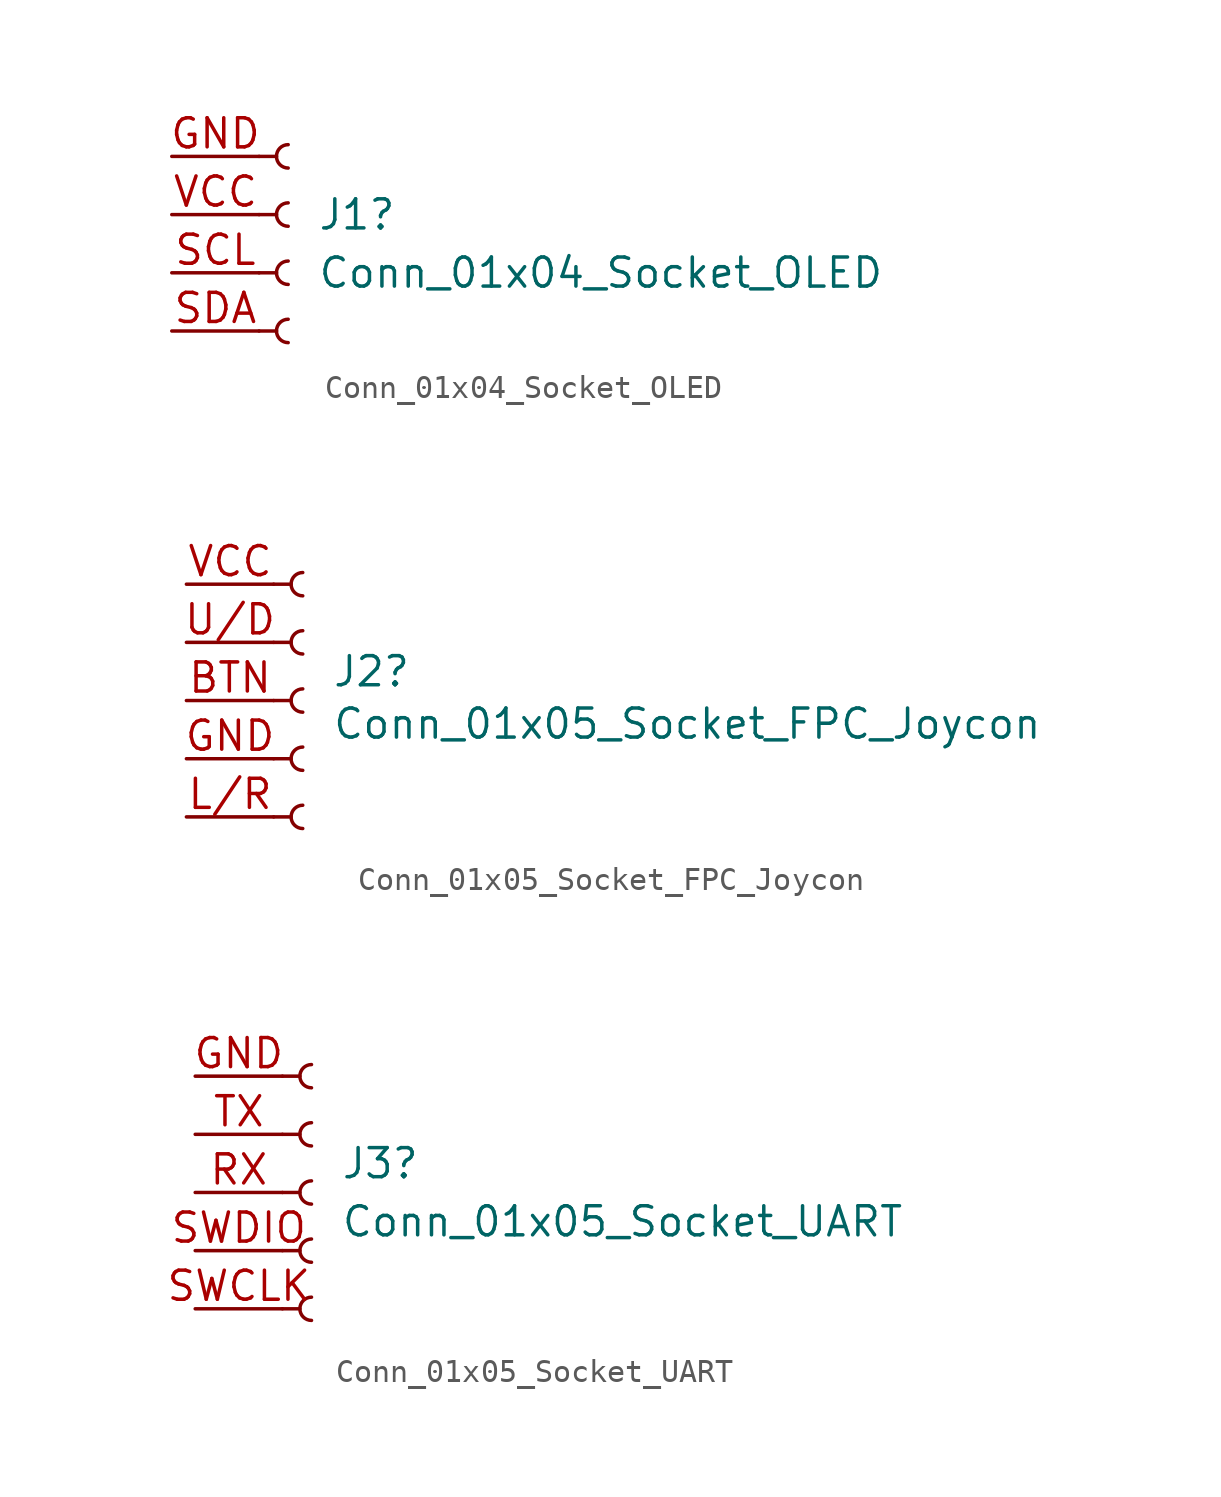
<source format=kicad_sym>
(kicad_symbol_lib
  (version 20241209)
  (generator "kicad_symbol_editor")
  (generator_version "9.0")
  (symbol "Conn_01x04_Socket_OLED"
    (pin_names
      (offset 1.016)
      (hide yes))
    (property "Reference" "J1"
      (at 1.27 0.0001 0)
      (effects (font (size 1.27 1.27)) (justify left)))
    (property "Value" "Conn_01x04_Socket_OLED"
      (at 1.27 -2.54 0)
      (effects (font (size 1.27 1.27)) (justify left)))
    (property "ki_locked" ""
      (at 0 0 0)
      (effects (font (size 1.27 1.27))))
    (symbol "Conn_01x04_Socket_OLED_1_1"
      (polyline (pts (xy -1.27 2.54) (xy -0.508 2.54)) (stroke (width 0.152) (type default)) (fill (type none)))
      (polyline (pts (xy -1.27 0) (xy -0.508 0)) (stroke (width 0.152) (type default)) (fill (type none)))
      (polyline (pts (xy -1.27 -2.54) (xy -0.508 -2.54)) (stroke (width 0.152) (type default)) (fill (type none)))
      (polyline (pts (xy -1.27 -5.08) (xy -0.508 -5.08)) (stroke (width 0.152) (type default)) (fill (type none)))
      (arc (start 0 2.032) (mid -0.5058 2.54) (end 0 3.048) (stroke (width 0.1524) (type default)) (fill (type none)))
      (arc (start 0 -0.508) (mid -0.5058 0) (end 0 0.508) (stroke (width 0.1524) (type default)) (fill (type none)))
      (arc (start 0 -3.048) (mid -0.5058 -2.54) (end 0 -2.032) (stroke (width 0.1524) (type default)) (fill (type none)))
      (arc (start 0 -5.588) (mid -0.5058 -5.08) (end 0 -4.572) (stroke (width 0.1524) (type default)) (fill (type none)))
      (pin passive line (at -5.08 2.54 0) (length 3.81) (name "GND" (effects (font (size 1.27 1.27)))) (number "GND" (effects (font (size 1.27 1.27)))))
      (pin passive line (at -5.08 0 0) (length 3.81) (name "VCC" (effects (font (size 1.27 1.27)))) (number "VCC" (effects (font (size 1.27 1.27)))))
      (pin passive line (at -5.08 -2.54 0) (length 3.81) (name "SCL" (effects (font (size 1.27 1.27)))) (number "SCL" (effects (font (size 1.27 1.27)))))
      (pin passive line (at -5.08 -5.08 0) (length 3.81) (name "SDA" (effects (font (size 1.27 1.27)))) (number "SDA" (effects (font (size 1.27 1.27)))))))
  (symbol "Conn_01x05_Socket_FPC_Joycon"
    (pin_names
      (offset 1.016)
      (hide yes))
    (property "Reference" "J2"
      (at 1.27 1.27 0)
      (effects (font (size 1.27 1.27)) (justify left)))
    (property "Value" "Conn_01x05_Socket_FPC_Joycon"
      (at 1.27 -1.016 0)
      (effects (font (size 1.27 1.27)) (justify left)))
    (property "ki_locked" ""
      (at 0 0 0)
      (effects (font (size 1.27 1.27))))
    (symbol "Conn_01x05_Socket_FPC_Joycon_1_1"
      (polyline (pts (xy -1.27 5.08) (xy -0.508 5.08)) (stroke (width 0.152) (type default)) (fill (type none)))
      (polyline (pts (xy -1.27 2.54) (xy -0.508 2.54)) (stroke (width 0.152) (type default)) (fill (type none)))
      (polyline (pts (xy -1.27 0) (xy -0.508 0)) (stroke (width 0.152) (type default)) (fill (type none)))
      (polyline (pts (xy -1.27 -2.54) (xy -0.508 -2.54)) (stroke (width 0.152) (type default)) (fill (type none)))
      (polyline (pts (xy -1.27 -5.08) (xy -0.508 -5.08)) (stroke (width 0.152) (type default)) (fill (type none)))
      (arc (start 0 4.572) (mid -0.5058 5.08) (end 0 5.588) (stroke (width 0.1524) (type default)) (fill (type none)))
      (arc (start 0 2.032) (mid -0.5058 2.54) (end 0 3.048) (stroke (width 0.1524) (type default)) (fill (type none)))
      (arc (start 0 -0.508) (mid -0.5058 0) (end 0 0.508) (stroke (width 0.1524) (type default)) (fill (type none)))
      (arc (start 0 -3.048) (mid -0.5058 -2.54) (end 0 -2.032) (stroke (width 0.1524) (type default)) (fill (type none)))
      (arc (start 0 -5.588) (mid -0.5058 -5.08) (end 0 -4.572) (stroke (width 0.1524) (type default)) (fill (type none)))
      (pin passive line (at -5.08 5.08 0) (length 3.81) (name "VCC" (effects (font (size 1.27 1.27)))) (number "VCC" (effects (font (size 1.27 1.27)))))
      (pin passive line (at -5.08 2.54 0) (length 3.81) (name "U/D" (effects (font (size 1.27 1.27)))) (number "U/D" (effects (font (size 1.27 1.27)))))
      (pin passive line (at -5.08 0 0) (length 3.81) (name "BTN" (effects (font (size 1.27 1.27)))) (number "BTN" (effects (font (size 1.27 1.27)))))
      (pin passive line (at -5.08 -2.54 0) (length 3.81) (name "GND" (effects (font (size 1.27 1.27)))) (number "GND" (effects (font (size 1.27 1.27)))))
      (pin passive line (at -5.08 -5.08 0) (length 3.81) (name "L/R" (effects (font (size 1.27 1.27)))) (number "L/R" (effects (font (size 1.27 1.27)))))))
  (symbol "Conn_01x05_Socket_UART"
    (pin_names
      (offset 1.016)
      (hide yes))
    (property "Reference" "J3"
      (at 1.27 1.27 0)
      (effects (font (size 1.27 1.27)) (justify left)))
    (property "Value" "Conn_01x05_Socket_UART"
      (at 1.27 -1.27 0)
      (effects (font (size 1.27 1.27)) (justify left)))
    (property "ki_locked" ""
      (at 0 0 0)
      (effects (font (size 1.27 1.27))))
    (symbol "Conn_01x05_Socket_UART_1_1"
      (polyline (pts (xy -1.27 5.08) (xy -0.508 5.08)) (stroke (width 0.152) (type default)) (fill (type none)))
      (polyline (pts (xy -1.27 2.54) (xy -0.508 2.54)) (stroke (width 0.152) (type default)) (fill (type none)))
      (polyline (pts (xy -1.27 0) (xy -0.508 0)) (stroke (width 0.152) (type default)) (fill (type none)))
      (polyline (pts (xy -1.27 -2.54) (xy -0.508 -2.54)) (stroke (width 0.152) (type default)) (fill (type none)))
      (polyline (pts (xy -1.27 -5.08) (xy -0.508 -5.08)) (stroke (width 0.152) (type default)) (fill (type none)))
      (arc (start 0 4.572) (mid -0.5058 5.08) (end 0 5.588) (stroke (width 0.1524) (type default)) (fill (type none)))
      (arc (start 0 2.032) (mid -0.5058 2.54) (end 0 3.048) (stroke (width 0.1524) (type default)) (fill (type none)))
      (arc (start 0 -0.508) (mid -0.5058 0) (end 0 0.508) (stroke (width 0.1524) (type default)) (fill (type none)))
      (arc (start 0 -3.048) (mid -0.5058 -2.54) (end 0 -2.032) (stroke (width 0.1524) (type default)) (fill (type none)))
      (arc (start 0 -5.588) (mid -0.5058 -5.08) (end 0 -4.572) (stroke (width 0.1524) (type default)) (fill (type none)))
      (pin passive line (at -5.08 5.08 0) (length 3.81) (name "GND" (effects (font (size 1.27 1.27)))) (number "GND" (effects (font (size 1.27 1.27)))))
      (pin passive line (at -5.08 2.54 0) (length 3.81) (name "TX" (effects (font (size 1.27 1.27)))) (number "TX" (effects (font (size 1.27 1.27)))))
      (pin passive line (at -5.08 0 0) (length 3.81) (name "RX" (effects (font (size 1.27 1.27)))) (number "RX" (effects (font (size 1.27 1.27)))))
      (pin passive line (at -5.08 -2.54 0) (length 3.81) (name "SWDIO" (effects (font (size 1.27 1.27)))) (number "SWDIO" (effects (font (size 1.27 1.27)))))
      (pin passive line (at -5.08 -5.08 0) (length 3.81) (name "SWCLK" (effects (font (size 1.27 1.27)))) (number "SWCLK" (effects (font (size 1.27 1.27))))))))
</source>
